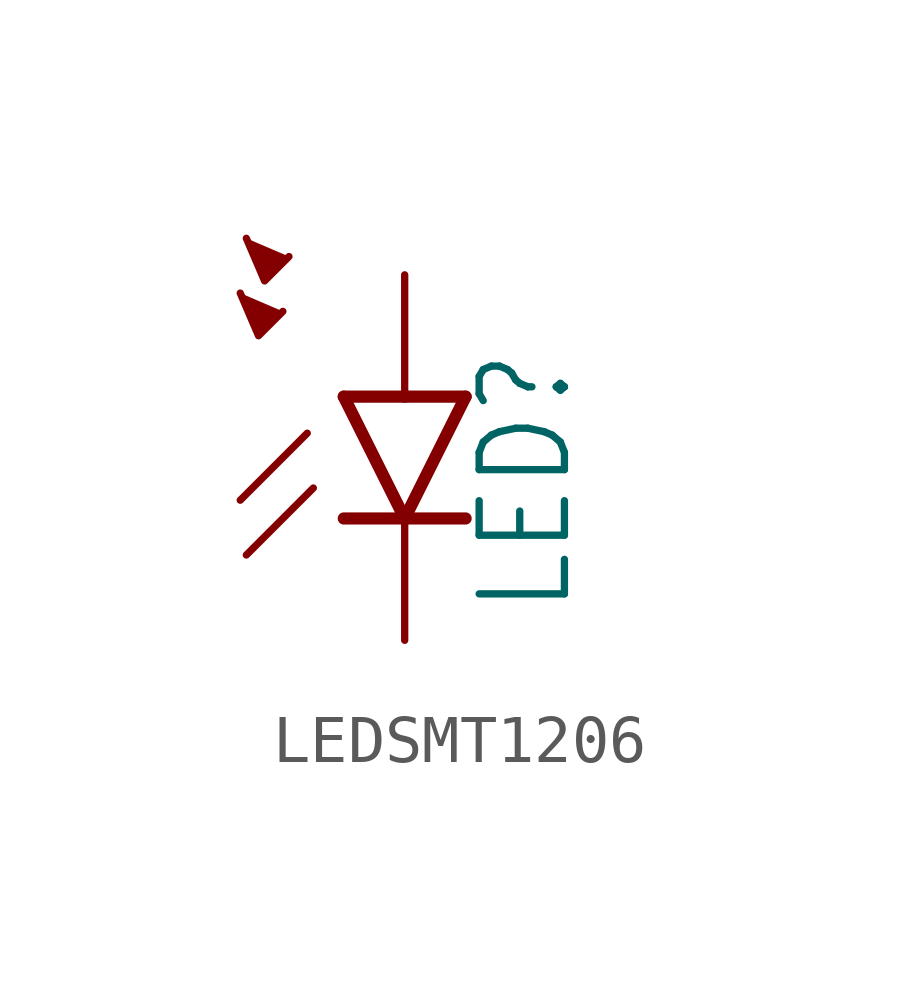
<source format=kicad_sym>
(kicad_symbol_lib
  (version 20241209)
  (generator "kicad_symbol_editor")
  (generator_version "9.0")
  (symbol "LEDSMT1206"
    (property "Reference" "LED"
      (at 3.556 -4.572 90)
      (effects (font (size 1.778 1.511)) (justify left bottom)))
    (property "Value" ""
      (at 5.715 -4.572 90)
      (effects (font (size 1.778 1.511)) (justify left bottom)))
    (property "ki_locked" ""
      (at 0 0 0)
      (effects (font (size 1.27 1.27))))
    (symbol "LEDSMT1206_1_0"
      (polyline (pts (xy -3.429 2.159) (xy -3.048 1.27) (xy -2.54 1.778)) (stroke (width 0.152) (type solid)) (fill (type outline)))
      (polyline (pts (xy -3.302 3.302) (xy -2.921 2.413) (xy -2.413 2.921)) (stroke (width 0.152) (type solid)) (fill (type outline)))
      (polyline (pts (xy -2.032 -0.762) (xy -3.429 -2.159)) (stroke (width 0.152) (type solid)) (fill (type none)))
      (polyline (pts (xy -1.905 -1.905) (xy -3.302 -3.302)) (stroke (width 0.152) (type solid)) (fill (type none)))
      (polyline (pts (xy 0 0) (xy -1.27 0)) (stroke (width 0.254) (type solid)) (fill (type none)))
      (polyline (pts (xy 0 -2.54) (xy -1.27 0)) (stroke (width 0.254) (type solid)) (fill (type none)))
      (polyline (pts (xy 0 -2.54) (xy -1.27 -2.54)) (stroke (width 0.254) (type solid)) (fill (type none)))
      (polyline (pts (xy 1.27 0) (xy 0 0)) (stroke (width 0.254) (type solid)) (fill (type none)))
      (polyline (pts (xy 1.27 0) (xy 0 -2.54)) (stroke (width 0.254) (type solid)) (fill (type none)))
      (polyline (pts (xy 1.27 -2.54) (xy 0 -2.54)) (stroke (width 0.254) (type solid)) (fill (type none)))
      (pin passive line (at 0 2.54 270) (length 2.54) (name "A" (effects (font (size 0 0)))) (number "A" (effects (font (size 0 0)))))
      (pin passive line (at 0 -5.08 90) (length 2.54) (name "C" (effects (font (size 0 0)))) (number "C" (effects (font (size 0 0))))))))
</source>
